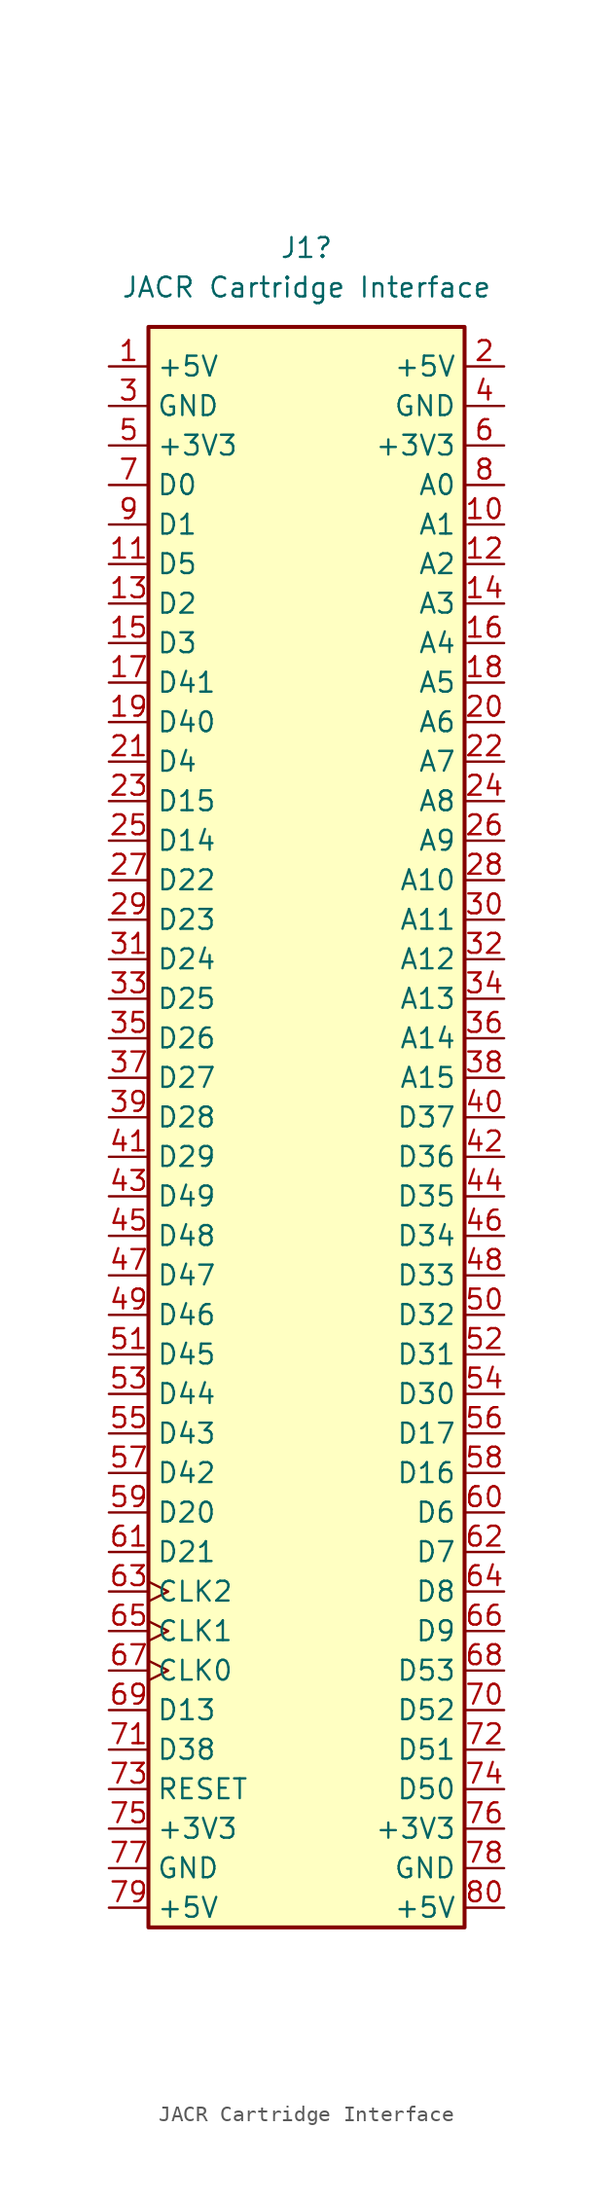
<source format=kicad_sym>
(kicad_symbol_lib
  (version 20241209)
  (generator "kicad_symbol_editor")
  (generator_version "9.0")
  (symbol "JACR Cartridge Interface"
    (property "Reference" "J1"
      (at 0 54.61 0)
      (effects (font (size 1.27 1.27))))
    (property "Value" "JACR Cartridge Interface"
      (at 0 52.07 0)
      (effects (font (size 1.27 1.27))))
    (symbol "JACR Cartridge Interface_0_1"
      (rectangle (start -10.16 49.53) (end 10.16 -53.34) (stroke (width 0.254) (type default)) (fill (type background))))
    (symbol "JACR Cartridge Interface_1_1"
      (pin power_in line (at -12.7 46.99 0) (length 2.54) (name "+5V" (effects (font (size 1.27 1.27)))) (number "1" (effects (font (size 1.27 1.27)))))
      (pin power_in line (at -12.7 44.45 0) (length 2.54) (name "GND" (effects (font (size 1.27 1.27)))) (number "3" (effects (font (size 1.27 1.27)))))
      (pin power_in line (at -12.7 41.91 0) (length 2.54) (name "+3V3" (effects (font (size 1.27 1.27)))) (number "5" (effects (font (size 1.27 1.27)))))
      (pin bidirectional line (at -12.7 39.37 0) (length 2.54) (name "D0" (effects (font (size 1.27 1.27)))) (number "7" (effects (font (size 1.27 1.27)))))
      (pin bidirectional line (at -12.7 36.83 0) (length 2.54) (name "D1" (effects (font (size 1.27 1.27)))) (number "9" (effects (font (size 1.27 1.27)))))
      (pin bidirectional line (at -12.7 34.29 0) (length 2.54) (name "D5" (effects (font (size 1.27 1.27)))) (number "11" (effects (font (size 1.27 1.27)))))
      (pin bidirectional line (at -12.7 31.75 0) (length 2.54) (name "D2" (effects (font (size 1.27 1.27)))) (number "13" (effects (font (size 1.27 1.27)))))
      (pin bidirectional line (at -12.7 29.21 0) (length 2.54) (name "D3" (effects (font (size 1.27 1.27)))) (number "15" (effects (font (size 1.27 1.27)))))
      (pin bidirectional line (at -12.7 26.67 0) (length 2.54) (name "D41" (effects (font (size 1.27 1.27)))) (number "17" (effects (font (size 1.27 1.27)))))
      (pin bidirectional line (at -12.7 24.13 0) (length 2.54) (name "D40" (effects (font (size 1.27 1.27)))) (number "19" (effects (font (size 1.27 1.27)))))
      (pin bidirectional line (at -12.7 21.59 0) (length 2.54) (name "D4" (effects (font (size 1.27 1.27)))) (number "21" (effects (font (size 1.27 1.27)))))
      (pin bidirectional line (at -12.7 19.05 0) (length 2.54) (name "D15" (effects (font (size 1.27 1.27)))) (number "23" (effects (font (size 1.27 1.27)))))
      (pin bidirectional line (at -12.7 16.51 0) (length 2.54) (name "D14" (effects (font (size 1.27 1.27)))) (number "25" (effects (font (size 1.27 1.27)))))
      (pin bidirectional line (at -12.7 13.97 0) (length 2.54) (name "D22" (effects (font (size 1.27 1.27)))) (number "27" (effects (font (size 1.27 1.27)))))
      (pin bidirectional line (at -12.7 11.43 0) (length 2.54) (name "D23" (effects (font (size 1.27 1.27)))) (number "29" (effects (font (size 1.27 1.27)))))
      (pin bidirectional line (at -12.7 8.89 0) (length 2.54) (name "D24" (effects (font (size 1.27 1.27)))) (number "31" (effects (font (size 1.27 1.27)))))
      (pin bidirectional line (at -12.7 6.35 0) (length 2.54) (name "D25" (effects (font (size 1.27 1.27)))) (number "33" (effects (font (size 1.27 1.27)))))
      (pin bidirectional line (at -12.7 3.81 0) (length 2.54) (name "D26" (effects (font (size 1.27 1.27)))) (number "35" (effects (font (size 1.27 1.27)))))
      (pin bidirectional line (at -12.7 1.27 0) (length 2.54) (name "D27" (effects (font (size 1.27 1.27)))) (number "37" (effects (font (size 1.27 1.27)))))
      (pin bidirectional line (at -12.7 -1.27 0) (length 2.54) (name "D28" (effects (font (size 1.27 1.27)))) (number "39" (effects (font (size 1.27 1.27)))))
      (pin bidirectional line (at -12.7 -3.81 0) (length 2.54) (name "D29" (effects (font (size 1.27 1.27)))) (number "41" (effects (font (size 1.27 1.27)))))
      (pin bidirectional line (at -12.7 -6.35 0) (length 2.54) (name "D49" (effects (font (size 1.27 1.27)))) (number "43" (effects (font (size 1.27 1.27)))))
      (pin bidirectional line (at -12.7 -8.89 0) (length 2.54) (name "D48" (effects (font (size 1.27 1.27)))) (number "45" (effects (font (size 1.27 1.27)))))
      (pin bidirectional line (at -12.7 -11.43 0) (length 2.54) (name "D47" (effects (font (size 1.27 1.27)))) (number "47" (effects (font (size 1.27 1.27)))))
      (pin bidirectional line (at -12.7 -13.97 0) (length 2.54) (name "D46" (effects (font (size 1.27 1.27)))) (number "49" (effects (font (size 1.27 1.27)))))
      (pin bidirectional line (at -12.7 -16.51 0) (length 2.54) (name "D45" (effects (font (size 1.27 1.27)))) (number "51" (effects (font (size 1.27 1.27)))))
      (pin bidirectional line (at -12.7 -19.05 0) (length 2.54) (name "D44" (effects (font (size 1.27 1.27)))) (number "53" (effects (font (size 1.27 1.27)))))
      (pin bidirectional line (at -12.7 -21.59 0) (length 2.54) (name "D43" (effects (font (size 1.27 1.27)))) (number "55" (effects (font (size 1.27 1.27)))))
      (pin bidirectional line (at -12.7 -24.13 0) (length 2.54) (name "D42" (effects (font (size 1.27 1.27)))) (number "57" (effects (font (size 1.27 1.27)))))
      (pin bidirectional line (at -12.7 -26.67 0) (length 2.54) (name "D20" (effects (font (size 1.27 1.27)))) (number "59" (effects (font (size 1.27 1.27)))))
      (pin bidirectional line (at -12.7 -29.21 0) (length 2.54) (name "D21" (effects (font (size 1.27 1.27)))) (number "61" (effects (font (size 1.27 1.27)))))
      (pin input clock (at -12.7 -31.75 0) (length 2.54) (name "CLK2" (effects (font (size 1.27 1.27)))) (number "63" (effects (font (size 1.27 1.27)))))
      (pin input clock (at -12.7 -34.29 0) (length 2.54) (name "CLK1" (effects (font (size 1.27 1.27)))) (number "65" (effects (font (size 1.27 1.27)))))
      (pin input clock (at -12.7 -36.83 0) (length 2.54) (name "CLK0" (effects (font (size 1.27 1.27)))) (number "67" (effects (font (size 1.27 1.27)))))
      (pin bidirectional line (at -12.7 -39.37 0) (length 2.54) (name "D13" (effects (font (size 1.27 1.27)))) (number "69" (effects (font (size 1.27 1.27)))))
      (pin bidirectional line (at -12.7 -41.91 0) (length 2.54) (name "D38" (effects (font (size 1.27 1.27)))) (number "71" (effects (font (size 1.27 1.27)))))
      (pin bidirectional line (at -12.7 -44.45 0) (length 2.54) (name "RESET" (effects (font (size 1.27 1.27)))) (number "73" (effects (font (size 1.27 1.27)))))
      (pin power_in line (at -12.7 -46.99 0) (length 2.54) (name "+3V3" (effects (font (size 1.27 1.27)))) (number "75" (effects (font (size 1.27 1.27)))))
      (pin power_in line (at -12.7 -49.53 0) (length 2.54) (name "GND" (effects (font (size 1.27 1.27)))) (number "77" (effects (font (size 1.27 1.27)))))
      (pin power_in line (at -12.7 -52.07 0) (length 2.54) (name "+5V" (effects (font (size 1.27 1.27)))) (number "79" (effects (font (size 1.27 1.27)))))
      (pin power_in line (at 12.7 46.99 180) (length 2.54) (name "+5V" (effects (font (size 1.27 1.27)))) (number "2" (effects (font (size 1.27 1.27)))))
      (pin power_in line (at 12.7 44.45 180) (length 2.54) (name "GND" (effects (font (size 1.27 1.27)))) (number "4" (effects (font (size 1.27 1.27)))))
      (pin power_in line (at 12.7 41.91 180) (length 2.54) (name "+3V3" (effects (font (size 1.27 1.27)))) (number "6" (effects (font (size 1.27 1.27)))))
      (pin bidirectional line (at 12.7 39.37 180) (length 2.54) (name "A0" (effects (font (size 1.27 1.27)))) (number "8" (effects (font (size 1.27 1.27)))))
      (pin bidirectional line (at 12.7 36.83 180) (length 2.54) (name "A1" (effects (font (size 1.27 1.27)))) (number "10" (effects (font (size 1.27 1.27)))))
      (pin bidirectional line (at 12.7 34.29 180) (length 2.54) (name "A2" (effects (font (size 1.27 1.27)))) (number "12" (effects (font (size 1.27 1.27)))))
      (pin bidirectional line (at 12.7 31.75 180) (length 2.54) (name "A3" (effects (font (size 1.27 1.27)))) (number "14" (effects (font (size 1.27 1.27)))))
      (pin bidirectional line (at 12.7 29.21 180) (length 2.54) (name "A4" (effects (font (size 1.27 1.27)))) (number "16" (effects (font (size 1.27 1.27)))))
      (pin bidirectional line (at 12.7 26.67 180) (length 2.54) (name "A5" (effects (font (size 1.27 1.27)))) (number "18" (effects (font (size 1.27 1.27)))))
      (pin bidirectional line (at 12.7 24.13 180) (length 2.54) (name "A6" (effects (font (size 1.27 1.27)))) (number "20" (effects (font (size 1.27 1.27)))))
      (pin bidirectional line (at 12.7 21.59 180) (length 2.54) (name "A7" (effects (font (size 1.27 1.27)))) (number "22" (effects (font (size 1.27 1.27)))))
      (pin bidirectional line (at 12.7 19.05 180) (length 2.54) (name "A8" (effects (font (size 1.27 1.27)))) (number "24" (effects (font (size 1.27 1.27)))))
      (pin bidirectional line (at 12.7 16.51 180) (length 2.54) (name "A9" (effects (font (size 1.27 1.27)))) (number "26" (effects (font (size 1.27 1.27)))))
      (pin bidirectional line (at 12.7 13.97 180) (length 2.54) (name "A10" (effects (font (size 1.27 1.27)))) (number "28" (effects (font (size 1.27 1.27)))))
      (pin bidirectional line (at 12.7 11.43 180) (length 2.54) (name "A11" (effects (font (size 1.27 1.27)))) (number "30" (effects (font (size 1.27 1.27)))))
      (pin bidirectional line (at 12.7 8.89 180) (length 2.54) (name "A12" (effects (font (size 1.27 1.27)))) (number "32" (effects (font (size 1.27 1.27)))))
      (pin bidirectional line (at 12.7 6.35 180) (length 2.54) (name "A13" (effects (font (size 1.27 1.27)))) (number "34" (effects (font (size 1.27 1.27)))))
      (pin bidirectional line (at 12.7 3.81 180) (length 2.54) (name "A14" (effects (font (size 1.27 1.27)))) (number "36" (effects (font (size 1.27 1.27)))))
      (pin bidirectional line (at 12.7 1.27 180) (length 2.54) (name "A15" (effects (font (size 1.27 1.27)))) (number "38" (effects (font (size 1.27 1.27)))))
      (pin bidirectional line (at 12.7 -1.27 180) (length 2.54) (name "D37" (effects (font (size 1.27 1.27)))) (number "40" (effects (font (size 1.27 1.27)))))
      (pin bidirectional line (at 12.7 -3.81 180) (length 2.54) (name "D36" (effects (font (size 1.27 1.27)))) (number "42" (effects (font (size 1.27 1.27)))))
      (pin bidirectional line (at 12.7 -6.35 180) (length 2.54) (name "D35" (effects (font (size 1.27 1.27)))) (number "44" (effects (font (size 1.27 1.27)))))
      (pin bidirectional line (at 12.7 -8.89 180) (length 2.54) (name "D34" (effects (font (size 1.27 1.27)))) (number "46" (effects (font (size 1.27 1.27)))))
      (pin bidirectional line (at 12.7 -11.43 180) (length 2.54) (name "D33" (effects (font (size 1.27 1.27)))) (number "48" (effects (font (size 1.27 1.27)))))
      (pin bidirectional line (at 12.7 -13.97 180) (length 2.54) (name "D32" (effects (font (size 1.27 1.27)))) (number "50" (effects (font (size 1.27 1.27)))))
      (pin bidirectional line (at 12.7 -16.51 180) (length 2.54) (name "D31" (effects (font (size 1.27 1.27)))) (number "52" (effects (font (size 1.27 1.27)))))
      (pin bidirectional line (at 12.7 -19.05 180) (length 2.54) (name "D30" (effects (font (size 1.27 1.27)))) (number "54" (effects (font (size 1.27 1.27)))))
      (pin bidirectional line (at 12.7 -21.59 180) (length 2.54) (name "D17" (effects (font (size 1.27 1.27)))) (number "56" (effects (font (size 1.27 1.27)))))
      (pin bidirectional line (at 12.7 -24.13 180) (length 2.54) (name "D16" (effects (font (size 1.27 1.27)))) (number "58" (effects (font (size 1.27 1.27)))))
      (pin bidirectional line (at 12.7 -26.67 180) (length 2.54) (name "D6" (effects (font (size 1.27 1.27)))) (number "60" (effects (font (size 1.27 1.27)))))
      (pin bidirectional line (at 12.7 -29.21 180) (length 2.54) (name "D7" (effects (font (size 1.27 1.27)))) (number "62" (effects (font (size 1.27 1.27)))))
      (pin bidirectional line (at 12.7 -31.75 180) (length 2.54) (name "D8" (effects (font (size 1.27 1.27)))) (number "64" (effects (font (size 1.27 1.27)))))
      (pin bidirectional line (at 12.7 -34.29 180) (length 2.54) (name "D9" (effects (font (size 1.27 1.27)))) (number "66" (effects (font (size 1.27 1.27)))))
      (pin bidirectional line (at 12.7 -36.83 180) (length 2.54) (name "D53" (effects (font (size 1.27 1.27)))) (number "68" (effects (font (size 1.27 1.27)))))
      (pin bidirectional line (at 12.7 -39.37 180) (length 2.54) (name "D52" (effects (font (size 1.27 1.27)))) (number "70" (effects (font (size 1.27 1.27)))))
      (pin bidirectional line (at 12.7 -41.91 180) (length 2.54) (name "D51" (effects (font (size 1.27 1.27)))) (number "72" (effects (font (size 1.27 1.27)))))
      (pin bidirectional line (at 12.7 -44.45 180) (length 2.54) (name "D50" (effects (font (size 1.27 1.27)))) (number "74" (effects (font (size 1.27 1.27)))))
      (pin power_in line (at 12.7 -46.99 180) (length 2.54) (name "+3V3" (effects (font (size 1.27 1.27)))) (number "76" (effects (font (size 1.27 1.27)))))
      (pin power_in line (at 12.7 -49.53 180) (length 2.54) (name "GND" (effects (font (size 1.27 1.27)))) (number "78" (effects (font (size 1.27 1.27)))))
      (pin power_in line (at 12.7 -52.07 180) (length 2.54) (name "+5V" (effects (font (size 1.27 1.27)))) (number "80" (effects (font (size 1.27 1.27))))))))
</source>
